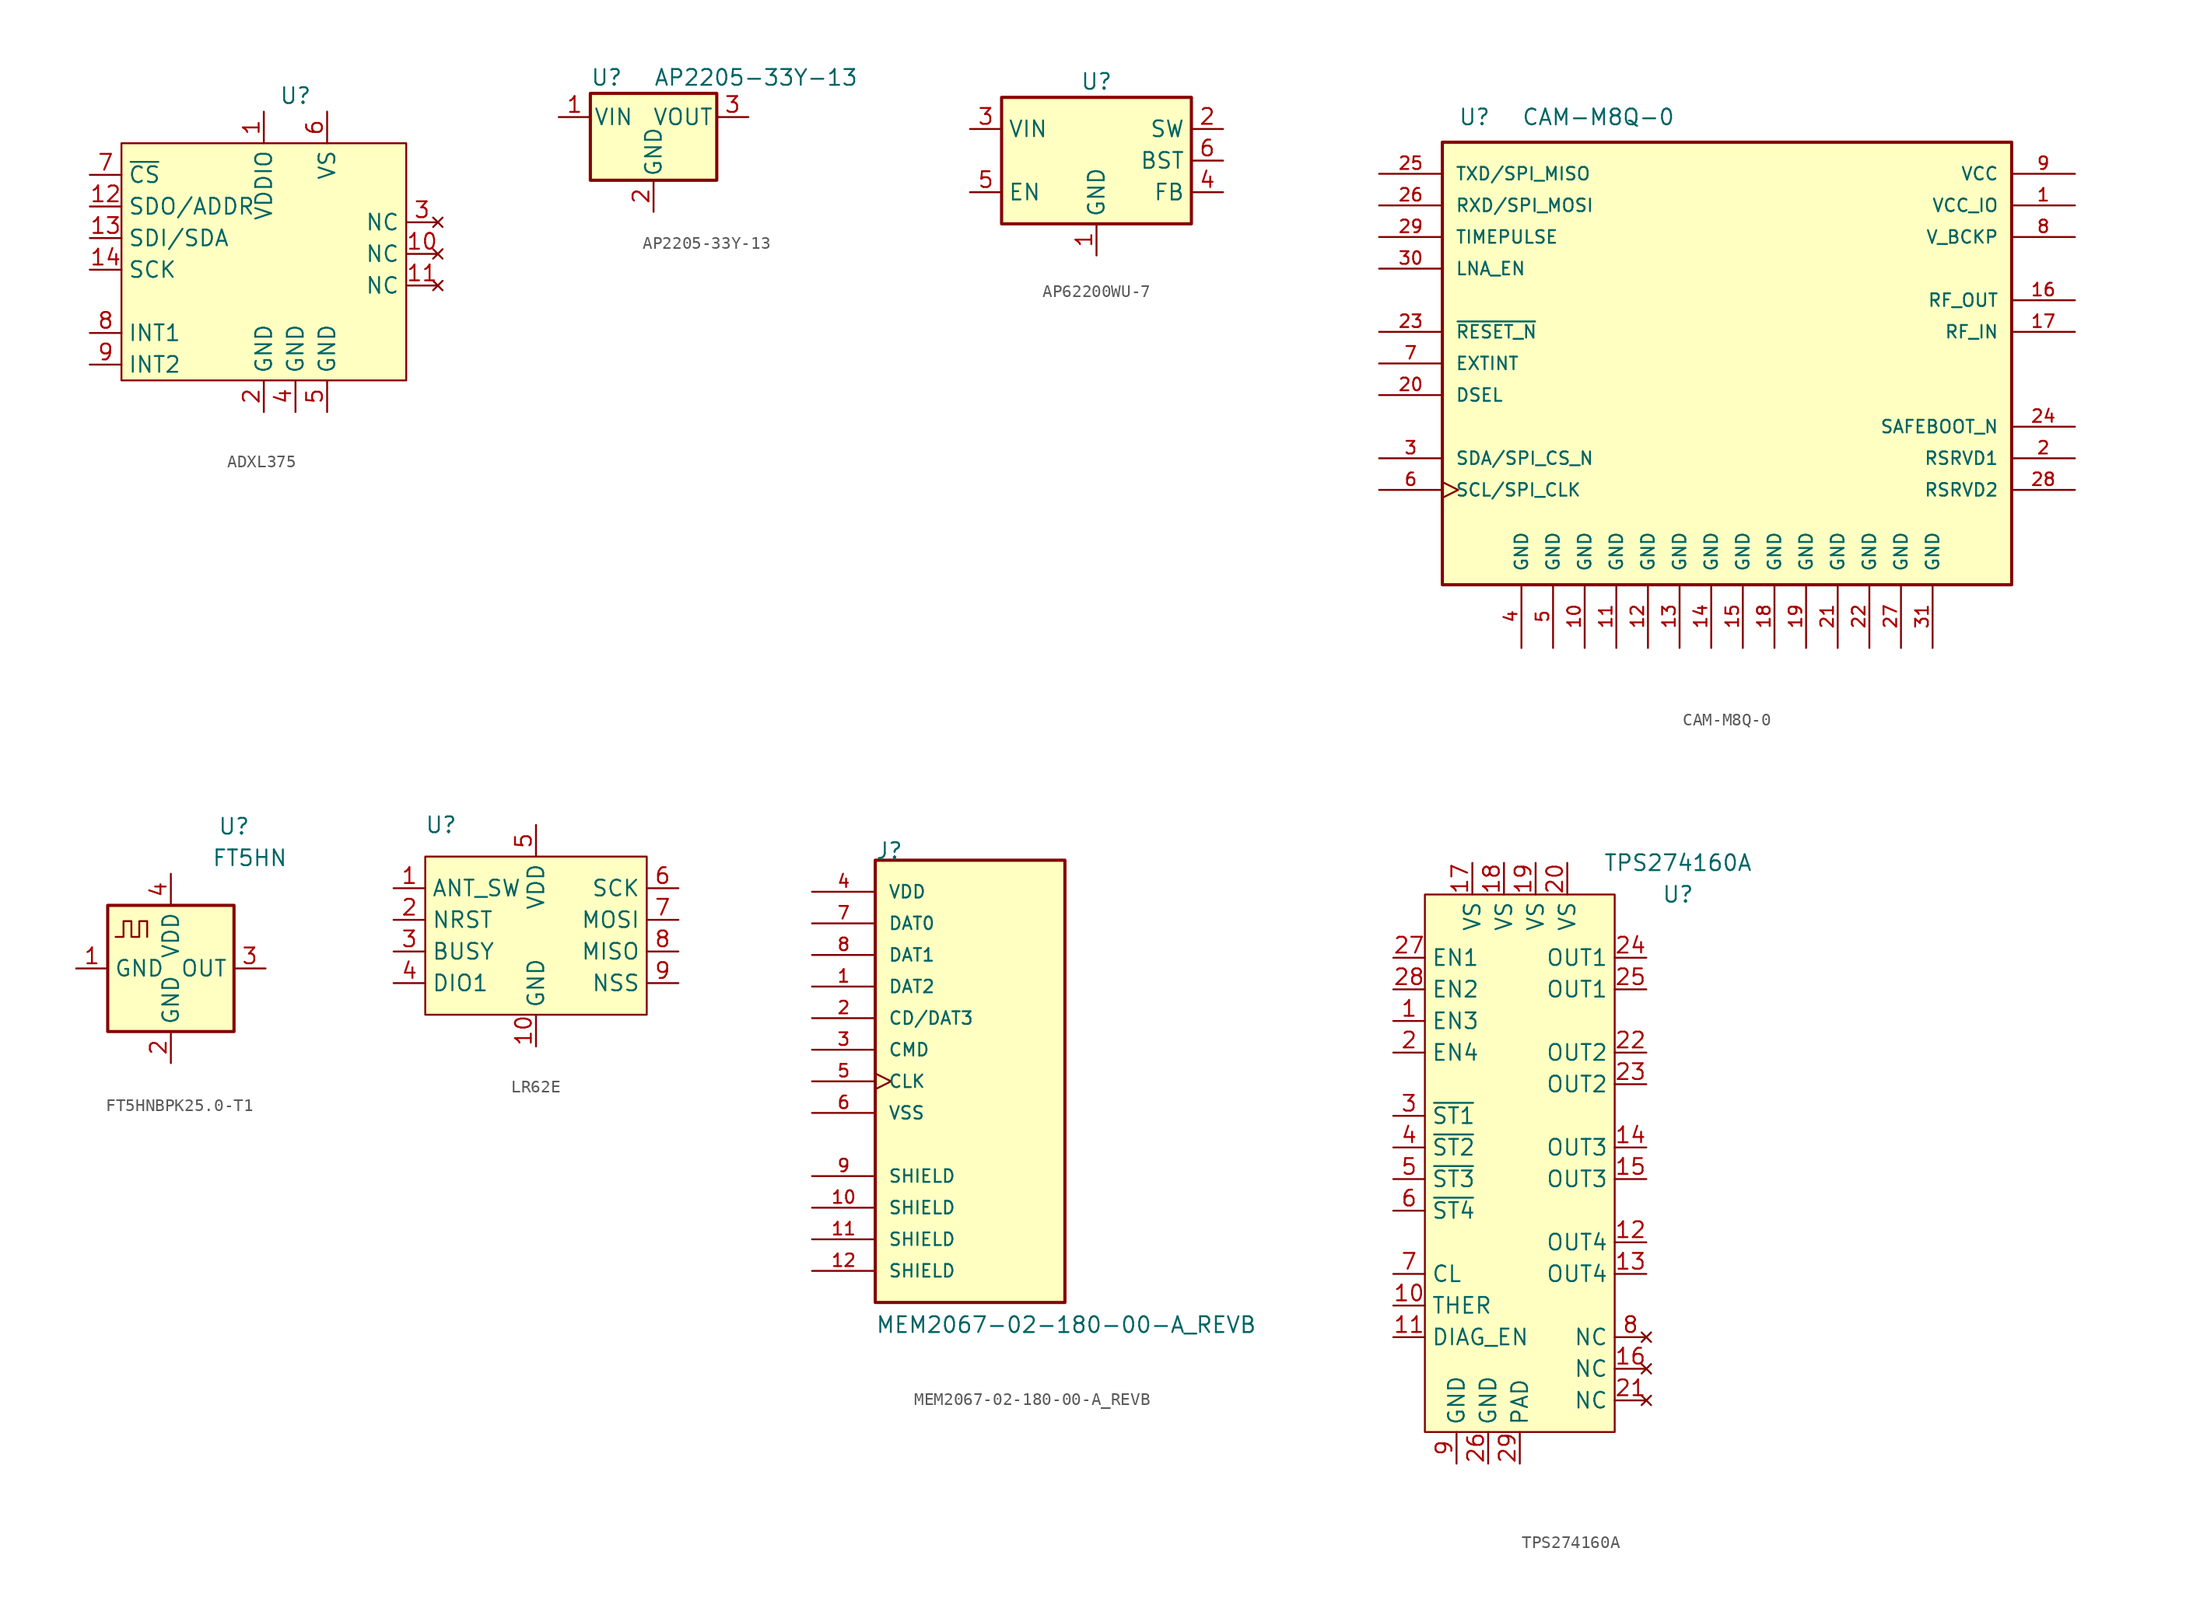
<source format=kicad_sym>
(kicad_symbol_lib
  (version 20220914)
  (generator kicad_symbol_editor)
  (symbol "ADXL375"
    (property "Reference" "U"
      (at 0 12.7 0)
      (effects (font (size 1.27 1.27))))
    (property "Value" ""
      (at 0 -2.54 0)
      (effects (font (size 1.27 1.27))))
    (symbol "ADXL375_1_1"
      (rectangle (start -13.97 8.89) (end 8.89 -10.16) (stroke (width 0) (type default)) (fill (type background)))
      (pin power_in line (at -2.54 11.43 270) (length 2.54) (name "VDDIO" (effects (font (size 1.27 1.27)))) (number "1" (effects (font (size 1.27 1.27)))))
      (pin no_connect line (at 11.43 0 180) (length 2.54) (name "NC" (effects (font (size 1.27 1.27)))) (number "10" (effects (font (size 1.27 1.27)))))
      (pin no_connect line (at 11.43 -2.54 180) (length 2.54) (name "NC" (effects (font (size 1.27 1.27)))) (number "11" (effects (font (size 1.27 1.27)))))
      (pin output line (at -16.51 3.81 0) (length 2.54) (name "SDO/ADDR" (effects (font (size 1.27 1.27)))) (number "12" (effects (font (size 1.27 1.27)))))
      (pin input line (at -16.51 1.27 0) (length 2.54) (name "SDI/SDA" (effects (font (size 1.27 1.27)))) (number "13" (effects (font (size 1.27 1.27)))))
      (pin input line (at -16.51 -1.27 0) (length 2.54) (name "SCK" (effects (font (size 1.27 1.27)))) (number "14" (effects (font (size 1.27 1.27)))))
      (pin power_in line (at -2.54 -12.7 90) (length 2.54) (name "GND" (effects (font (size 1.27 1.27)))) (number "2" (effects (font (size 1.27 1.27)))))
      (pin no_connect line (at 11.43 2.54 180) (length 2.54) (name "NC" (effects (font (size 1.27 1.27)))) (number "3" (effects (font (size 1.27 1.27)))))
      (pin power_in line (at 0 -12.7 90) (length 2.54) (name "GND" (effects (font (size 1.27 1.27)))) (number "4" (effects (font (size 1.27 1.27)))))
      (pin power_in line (at 2.54 -12.7 90) (length 2.54) (name "GND" (effects (font (size 1.27 1.27)))) (number "5" (effects (font (size 1.27 1.27)))))
      (pin power_in line (at 2.54 11.43 270) (length 2.54) (name "VS" (effects (font (size 1.27 1.27)))) (number "6" (effects (font (size 1.27 1.27)))))
      (pin input line (at -16.51 6.35 0) (length 2.54) (name "~{CS}" (effects (font (size 1.27 1.27)))) (number "7" (effects (font (size 1.27 1.27)))))
      (pin output line (at -16.51 -6.35 0) (length 2.54) (name "INT1" (effects (font (size 1.27 1.27)))) (number "8" (effects (font (size 1.27 1.27)))))
      (pin output line (at -16.51 -8.89 0) (length 2.54) (name "INT2" (effects (font (size 1.27 1.27)))) (number "9" (effects (font (size 1.27 1.27)))))))
  (symbol "AP2205-33Y-13"
    (pin_names
      (offset 0.254))
    (property "Reference" "U"
      (at -5.08 3.175 0)
      (effects (font (size 1.27 1.27)) (justify left)))
    (property "Value" "AP2205-33Y-13"
      (at 0 3.175 0)
      (effects (font (size 1.27 1.27)) (justify left)))
    (symbol "AP2205-33Y-13_0_1"
      (rectangle (start -5.08 1.905) (end 5.08 -5.08) (stroke (width 0.254) (type default)) (fill (type background))))
    (symbol "AP2205-33Y-13_1_1"
      (pin power_in line (at -7.62 0 0) (length 2.54) (name "VIN" (effects (font (size 1.27 1.27)))) (number "1" (effects (font (size 1.27 1.27)))))
      (pin power_in line (at 0 -7.62 90) (length 2.54) (name "GND" (effects (font (size 1.27 1.27)))) (number "2" (effects (font (size 1.27 1.27)))))
      (pin power_out line (at 7.62 0 180) (length 2.54) (name "VOUT" (effects (font (size 1.27 1.27)))) (number "3" (effects (font (size 1.27 1.27)))))))
  (symbol "AP62200WU-7"
    (property "Reference" "U"
      (at 0 6.35 0)
      (effects (font (size 1.27 1.27))))
    (property "Value" ""
      (at 0 0 0)
      (effects (font (size 1.27 1.27))))
    (symbol "AP62200WU-7_0_1"
      (rectangle (start -7.62 5.08) (end 7.62 -5.08) (stroke (width 0.254) (type default)) (fill (type background))))
    (symbol "AP62200WU-7_1_1"
      (pin power_in line (at 0 -7.62 90) (length 2.54) (name "GND" (effects (font (size 1.27 1.27)))) (number "1" (effects (font (size 1.27 1.27)))))
      (pin output line (at 10.16 2.54 180) (length 2.54) (name "SW" (effects (font (size 1.27 1.27)))) (number "2" (effects (font (size 1.27 1.27)))))
      (pin power_in line (at -10.16 2.54 0) (length 2.54) (name "VIN" (effects (font (size 1.27 1.27)))) (number "3" (effects (font (size 1.27 1.27)))))
      (pin input line (at 10.16 -2.54 180) (length 2.54) (name "FB" (effects (font (size 1.27 1.27)))) (number "4" (effects (font (size 1.27 1.27)))))
      (pin input line (at -10.16 -2.54 0) (length 2.54) (name "EN" (effects (font (size 1.27 1.27)))) (number "5" (effects (font (size 1.27 1.27)))))
      (pin passive line (at 10.16 0 180) (length 2.54) (name "BST" (effects (font (size 1.27 1.27)))) (number "6" (effects (font (size 1.27 1.27)))))))
  (symbol "CAM-M8Q-0"
    (pin_names
      (offset 1.016))
    (property "Reference" "U"
      (at -21.59 19.05 0)
      (effects (font (size 1.27 1.27)) (justify left bottom)))
    (property "Value" "CAM-M8Q-0"
      (at -16.51 19.05 0)
      (effects (font (size 1.27 1.27)) (justify left bottom)))
    (symbol "CAM-M8Q-0_0_0"
      (rectangle (start -22.86 17.78) (end 22.86 -17.78) (stroke (width 0.254) (type default)) (fill (type background)))
      (pin power_in line (at 27.94 12.7 180) (length 5.08) (name "VCC_IO" (effects (font (size 1.016 1.016)))) (number "1" (effects (font (size 1.016 1.016)))))
      (pin power_in line (at -11.43 -22.86 90) (length 5.08) (name "GND" (effects (font (size 1.016 1.016)))) (number "10" (effects (font (size 1.016 1.016)))))
      (pin power_in line (at -8.89 -22.86 90) (length 5.08) (name "GND" (effects (font (size 1.016 1.016)))) (number "11" (effects (font (size 1.016 1.016)))))
      (pin power_in line (at -6.35 -22.86 90) (length 5.08) (name "GND" (effects (font (size 1.016 1.016)))) (number "12" (effects (font (size 1.016 1.016)))))
      (pin power_in line (at -3.81 -22.86 90) (length 5.08) (name "GND" (effects (font (size 1.016 1.016)))) (number "13" (effects (font (size 1.016 1.016)))))
      (pin power_in line (at -1.27 -22.86 90) (length 5.08) (name "GND" (effects (font (size 1.016 1.016)))) (number "14" (effects (font (size 1.016 1.016)))))
      (pin power_in line (at 1.27 -22.86 90) (length 5.08) (name "GND" (effects (font (size 1.016 1.016)))) (number "15" (effects (font (size 1.016 1.016)))))
      (pin output line (at 27.94 5.08 180) (length 5.08) (name "RF_OUT" (effects (font (size 1.016 1.016)))) (number "16" (effects (font (size 1.016 1.016)))))
      (pin input line (at 27.94 2.54 180) (length 5.08) (name "RF_IN" (effects (font (size 1.016 1.016)))) (number "17" (effects (font (size 1.016 1.016)))))
      (pin power_in line (at 3.81 -22.86 90) (length 5.08) (name "GND" (effects (font (size 1.016 1.016)))) (number "18" (effects (font (size 1.016 1.016)))))
      (pin power_in line (at 6.35 -22.86 90) (length 5.08) (name "GND" (effects (font (size 1.016 1.016)))) (number "19" (effects (font (size 1.016 1.016)))))
      (pin passive line (at 27.94 -7.62 180) (length 5.08) (name "RSRVD1" (effects (font (size 1.016 1.016)))) (number "2" (effects (font (size 1.016 1.016)))))
      (pin input line (at -27.94 -2.54 0) (length 5.08) (name "DSEL" (effects (font (size 1.016 1.016)))) (number "20" (effects (font (size 1.016 1.016)))))
      (pin power_in line (at 8.89 -22.86 90) (length 5.08) (name "GND" (effects (font (size 1.016 1.016)))) (number "21" (effects (font (size 1.016 1.016)))))
      (pin power_in line (at 11.43 -22.86 90) (length 5.08) (name "GND" (effects (font (size 1.016 1.016)))) (number "22" (effects (font (size 1.016 1.016)))))
      (pin input line (at -27.94 2.54 0) (length 5.08) (name "~{RESET_N}" (effects (font (size 1.016 1.016)))) (number "23" (effects (font (size 1.016 1.016)))))
      (pin passive line (at 27.94 -5.08 180) (length 5.08) (name "SAFEBOOT_N" (effects (font (size 1.016 1.016)))) (number "24" (effects (font (size 1.016 1.016)))))
      (pin output line (at -27.94 15.24 0) (length 5.08) (name "TXD/SPI_MISO" (effects (font (size 1.016 1.016)))) (number "25" (effects (font (size 1.016 1.016)))))
      (pin input line (at -27.94 12.7 0) (length 5.08) (name "RXD/SPI_MOSI" (effects (font (size 1.016 1.016)))) (number "26" (effects (font (size 1.016 1.016)))))
      (pin power_in line (at 13.97 -22.86 90) (length 5.08) (name "GND" (effects (font (size 1.016 1.016)))) (number "27" (effects (font (size 1.016 1.016)))))
      (pin passive line (at 27.94 -10.16 180) (length 5.08) (name "RSRVD2" (effects (font (size 1.016 1.016)))) (number "28" (effects (font (size 1.016 1.016)))))
      (pin output line (at -27.94 10.16 0) (length 5.08) (name "TIMEPULSE" (effects (font (size 1.016 1.016)))) (number "29" (effects (font (size 1.016 1.016)))))
      (pin bidirectional line (at -27.94 -7.62 0) (length 5.08) (name "SDA/SPI_CS_N" (effects (font (size 1.016 1.016)))) (number "3" (effects (font (size 1.016 1.016)))))
      (pin input line (at -27.94 7.62 0) (length 5.08) (name "LNA_EN" (effects (font (size 1.016 1.016)))) (number "30" (effects (font (size 1.016 1.016)))))
      (pin power_in line (at 16.51 -22.86 90) (length 5.08) (name "GND" (effects (font (size 1.016 1.016)))) (number "31" (effects (font (size 1.016 1.016)))))
      (pin power_in line (at -16.51 -22.86 90) (length 5.08) (name "GND" (effects (font (size 1.016 1.016)))) (number "4" (effects (font (size 1.016 1.016)))))
      (pin power_in line (at -13.97 -22.86 90) (length 5.08) (name "GND" (effects (font (size 1.016 1.016)))) (number "5" (effects (font (size 1.016 1.016)))))
      (pin input clock (at -27.94 -10.16 0) (length 5.08) (name "SCL/SPI_CLK" (effects (font (size 1.016 1.016)))) (number "6" (effects (font (size 1.016 1.016)))))
      (pin input line (at -27.94 0 0) (length 5.08) (name "EXTINT" (effects (font (size 1.016 1.016)))) (number "7" (effects (font (size 1.016 1.016)))))
      (pin power_in line (at 27.94 10.16 180) (length 5.08) (name "V_BCKP" (effects (font (size 1.016 1.016)))) (number "8" (effects (font (size 1.016 1.016)))))
      (pin power_in line (at 27.94 15.24 180) (length 5.08) (name "VCC" (effects (font (size 1.016 1.016)))) (number "9" (effects (font (size 1.016 1.016)))))))
  (symbol "FT5HNBPK25.0-T1"
    (property "Reference" "U"
      (at 5.08 11.43 0)
      (effects (font (size 1.27 1.27))))
    (property "Value" "FT5HN"
      (at 6.35 8.89 0)
      (effects (font (size 1.27 1.27))))
    (symbol "FT5HNBPK25.0-T1_0_1"
      (polyline (pts (xy -4.445 2.54) (xy -3.81 2.54) (xy -3.81 3.81) (xy -3.175 3.81) (xy -3.175 2.54) (xy -2.54 2.54) (xy -2.54 3.81) (xy -1.905 3.81) (xy -1.905 2.54)) (stroke (width 0) (type default)) (fill (type none))))
    (symbol "FT5HNBPK25.0-T1_1_1"
      (rectangle (start -5.08 5.08) (end 5.08 -5.08) (stroke (width 0.254) (type default)) (fill (type background)))
      (pin input line (at -7.62 0 0) (length 2.54) (name "GND" (effects (font (size 1.27 1.27)))) (number "1" (effects (font (size 1.27 1.27)))))
      (pin power_in line (at 0 -7.62 90) (length 2.54) (name "GND" (effects (font (size 1.27 1.27)))) (number "2" (effects (font (size 1.27 1.27)))))
      (pin output line (at 7.62 0 180) (length 2.54) (name "OUT" (effects (font (size 1.27 1.27)))) (number "3" (effects (font (size 1.27 1.27)))))
      (pin power_in line (at 0 7.62 270) (length 2.54) (name "VDD" (effects (font (size 1.27 1.27)))) (number "4" (effects (font (size 1.27 1.27)))))))
  (symbol "LR62E"
    (property "Reference" "U"
      (at -7.62 7.62 0)
      (effects (font (size 1.27 1.27))))
    (property "Value" ""
      (at 0 0 0)
      (effects (font (size 1.27 1.27))))
    (symbol "LR62E_1_1"
      (rectangle (start -8.89 5.08) (end 8.89 -7.62) (stroke (width 0) (type default)) (fill (type background)))
      (pin input line (at -11.43 2.54 0) (length 2.54) (name "ANT_SW" (effects (font (size 1.27 1.27)))) (number "1" (effects (font (size 1.27 1.27)))))
      (pin power_in line (at 0 -10.16 90) (length 2.54) (name "GND" (effects (font (size 1.27 1.27)))) (number "10" (effects (font (size 1.27 1.27)))))
      (pin input line (at -11.43 0 0) (length 2.54) (name "NRST" (effects (font (size 1.27 1.27)))) (number "2" (effects (font (size 1.27 1.27)))))
      (pin output line (at -11.43 -2.54 0) (length 2.54) (name "BUSY" (effects (font (size 1.27 1.27)))) (number "3" (effects (font (size 1.27 1.27)))))
      (pin bidirectional line (at -11.43 -5.08 0) (length 2.54) (name "DIO1" (effects (font (size 1.27 1.27)))) (number "4" (effects (font (size 1.27 1.27)))))
      (pin power_in line (at 0 7.62 270) (length 2.54) (name "VDD" (effects (font (size 1.27 1.27)))) (number "5" (effects (font (size 1.27 1.27)))))
      (pin input line (at 11.43 2.54 180) (length 2.54) (name "SCK" (effects (font (size 1.27 1.27)))) (number "6" (effects (font (size 1.27 1.27)))))
      (pin input line (at 11.43 0 180) (length 2.54) (name "MOSI" (effects (font (size 1.27 1.27)))) (number "7" (effects (font (size 1.27 1.27)))))
      (pin output line (at 11.43 -2.54 180) (length 2.54) (name "MISO" (effects (font (size 1.27 1.27)))) (number "8" (effects (font (size 1.27 1.27)))))
      (pin input line (at 11.43 -5.08 180) (length 2.54) (name "NSS" (effects (font (size 1.27 1.27)))) (number "9" (effects (font (size 1.27 1.27)))))))
  (symbol "MEM2067-02-180-00-A_REVB"
    (pin_names
      (offset 1.016))
    (property "Reference" "J"
      (at 0 12.712 0)
      (effects (font (size 1.27 1.27)) (justify left bottom)))
    (property "Value" "MEM2067-02-180-00-A_REVB"
      (at 0 -25.4 0)
      (effects (font (size 1.27 1.27)) (justify left bottom)))
    (symbol "MEM2067-02-180-00-A_REVB_0_0"
      (rectangle (start 0 12.7) (end 15.24 -22.86) (stroke (width 0.254) (type default)) (fill (type background)))
      (pin bidirectional line (at -5.08 2.54 0) (length 5.08) (name "DAT2" (effects (font (size 1.016 1.016)))) (number "1" (effects (font (size 1.016 1.016)))))
      (pin passive line (at -5.08 -15.24 0) (length 5.08) (name "SHIELD" (effects (font (size 1.016 1.016)))) (number "10" (effects (font (size 1.016 1.016)))))
      (pin passive line (at -5.08 -17.78 0) (length 5.08) (name "SHIELD" (effects (font (size 1.016 1.016)))) (number "11" (effects (font (size 1.016 1.016)))))
      (pin passive line (at -5.08 -20.32 0) (length 5.08) (name "SHIELD" (effects (font (size 1.016 1.016)))) (number "12" (effects (font (size 1.016 1.016)))))
      (pin bidirectional line (at -5.08 0 0) (length 5.08) (name "CD/DAT3" (effects (font (size 1.016 1.016)))) (number "2" (effects (font (size 1.016 1.016)))))
      (pin bidirectional line (at -5.08 -2.54 0) (length 5.08) (name "CMD" (effects (font (size 1.016 1.016)))) (number "3" (effects (font (size 1.016 1.016)))))
      (pin power_in line (at -5.08 10.16 0) (length 5.08) (name "VDD" (effects (font (size 1.016 1.016)))) (number "4" (effects (font (size 1.016 1.016)))))
      (pin bidirectional clock (at -5.08 -5.08 0) (length 5.08) (name "CLK" (effects (font (size 1.016 1.016)))) (number "5" (effects (font (size 1.016 1.016)))))
      (pin power_in line (at -5.08 -7.62 0) (length 5.08) (name "VSS" (effects (font (size 1.016 1.016)))) (number "6" (effects (font (size 1.016 1.016)))))
      (pin bidirectional line (at -5.08 7.62 0) (length 5.08) (name "DAT0" (effects (font (size 1.016 1.016)))) (number "7" (effects (font (size 1.016 1.016)))))
      (pin bidirectional line (at -5.08 5.08 0) (length 5.08) (name "DAT1" (effects (font (size 1.016 1.016)))) (number "8" (effects (font (size 1.016 1.016)))))
      (pin passive line (at -5.08 -12.7 0) (length 5.08) (name "SHIELD" (effects (font (size 1.016 1.016)))) (number "9" (effects (font (size 1.016 1.016)))))))
  (symbol "TPS274160A"
    (property "Reference" "U"
      (at 12.7 20.32 0)
      (effects (font (size 1.27 1.27))))
    (property "Value" "TPS274160A"
      (at 12.7 22.86 0)
      (effects (font (size 1.27 1.27))))
    (symbol "TPS274160A_0_1"
      (rectangle (start -7.62 20.32) (end 7.62 -22.86) (stroke (width 0) (type default)) (fill (type background))))
    (symbol "TPS274160A_1_1"
      (pin input line (at -10.16 10.16 0) (length 2.54) (name "EN3" (effects (font (size 1.27 1.27)))) (number "1" (effects (font (size 1.27 1.27)))))
      (pin input line (at -10.16 -12.7 0) (length 2.54) (name "THER" (effects (font (size 1.27 1.27)))) (number "10" (effects (font (size 1.27 1.27)))))
      (pin input line (at -10.16 -15.24 0) (length 2.54) (name "DIAG_EN" (effects (font (size 1.27 1.27)))) (number "11" (effects (font (size 1.27 1.27)))))
      (pin power_out line (at 10.16 -7.62 180) (length 2.54) (name "OUT4" (effects (font (size 1.27 1.27)))) (number "12" (effects (font (size 1.27 1.27)))))
      (pin power_out line (at 10.16 -10.16 180) (length 2.54) (name "OUT4" (effects (font (size 1.27 1.27)))) (number "13" (effects (font (size 1.27 1.27)))))
      (pin power_out line (at 10.16 0 180) (length 2.54) (name "OUT3" (effects (font (size 1.27 1.27)))) (number "14" (effects (font (size 1.27 1.27)))))
      (pin power_out line (at 10.16 -2.54 180) (length 2.54) (name "OUT3" (effects (font (size 1.27 1.27)))) (number "15" (effects (font (size 1.27 1.27)))))
      (pin no_connect line (at 10.16 -17.78 180) (length 2.54) (name "NC" (effects (font (size 1.27 1.27)))) (number "16" (effects (font (size 1.27 1.27)))))
      (pin power_in line (at -3.81 22.86 270) (length 2.54) (name "VS" (effects (font (size 1.27 1.27)))) (number "17" (effects (font (size 1.27 1.27)))))
      (pin power_in line (at -1.27 22.86 270) (length 2.54) (name "VS" (effects (font (size 1.27 1.27)))) (number "18" (effects (font (size 1.27 1.27)))))
      (pin power_in line (at 1.27 22.86 270) (length 2.54) (name "VS" (effects (font (size 1.27 1.27)))) (number "19" (effects (font (size 1.27 1.27)))))
      (pin input line (at -10.16 7.62 0) (length 2.54) (name "EN4" (effects (font (size 1.27 1.27)))) (number "2" (effects (font (size 1.27 1.27)))))
      (pin power_in line (at 3.81 22.86 270) (length 2.54) (name "VS" (effects (font (size 1.27 1.27)))) (number "20" (effects (font (size 1.27 1.27)))))
      (pin no_connect line (at 10.16 -20.32 180) (length 2.54) (name "NC" (effects (font (size 1.27 1.27)))) (number "21" (effects (font (size 1.27 1.27)))))
      (pin power_out line (at 10.16 7.62 180) (length 2.54) (name "OUT2" (effects (font (size 1.27 1.27)))) (number "22" (effects (font (size 1.27 1.27)))))
      (pin power_out line (at 10.16 5.08 180) (length 2.54) (name "OUT2" (effects (font (size 1.27 1.27)))) (number "23" (effects (font (size 1.27 1.27)))))
      (pin power_out line (at 10.16 15.24 180) (length 2.54) (name "OUT1" (effects (font (size 1.27 1.27)))) (number "24" (effects (font (size 1.27 1.27)))))
      (pin power_out line (at 10.16 12.7 180) (length 2.54) (name "OUT1" (effects (font (size 1.27 1.27)))) (number "25" (effects (font (size 1.27 1.27)))))
      (pin power_in line (at -2.54 -25.4 90) (length 2.54) (name "GND" (effects (font (size 1.27 1.27)))) (number "26" (effects (font (size 1.27 1.27)))))
      (pin input line (at -10.16 15.24 0) (length 2.54) (name "EN1" (effects (font (size 1.27 1.27)))) (number "27" (effects (font (size 1.27 1.27)))))
      (pin input line (at -10.16 12.7 0) (length 2.54) (name "EN2" (effects (font (size 1.27 1.27)))) (number "28" (effects (font (size 1.27 1.27)))))
      (pin power_in line (at 0 -25.4 90) (length 2.54) (name "PAD" (effects (font (size 1.27 1.27)))) (number "29" (effects (font (size 1.27 1.27)))))
      (pin output line (at -10.16 2.54 0) (length 2.54) (name "~{ST1}" (effects (font (size 1.27 1.27)))) (number "3" (effects (font (size 1.27 1.27)))))
      (pin output line (at -10.16 0 0) (length 2.54) (name "~{ST2}" (effects (font (size 1.27 1.27)))) (number "4" (effects (font (size 1.27 1.27)))))
      (pin output line (at -10.16 -2.54 0) (length 2.54) (name "~{ST3}" (effects (font (size 1.27 1.27)))) (number "5" (effects (font (size 1.27 1.27)))))
      (pin output line (at -10.16 -5.08 0) (length 2.54) (name "~{ST4}" (effects (font (size 1.27 1.27)))) (number "6" (effects (font (size 1.27 1.27)))))
      (pin output line (at -10.16 -10.16 0) (length 2.54) (name "CL" (effects (font (size 1.27 1.27)))) (number "7" (effects (font (size 1.27 1.27)))))
      (pin no_connect line (at 10.16 -15.24 180) (length 2.54) (name "NC" (effects (font (size 1.27 1.27)))) (number "8" (effects (font (size 1.27 1.27)))))
      (pin power_in line (at -5.08 -25.4 90) (length 2.54) (name "GND" (effects (font (size 1.27 1.27)))) (number "9" (effects (font (size 1.27 1.27))))))))
</source>
